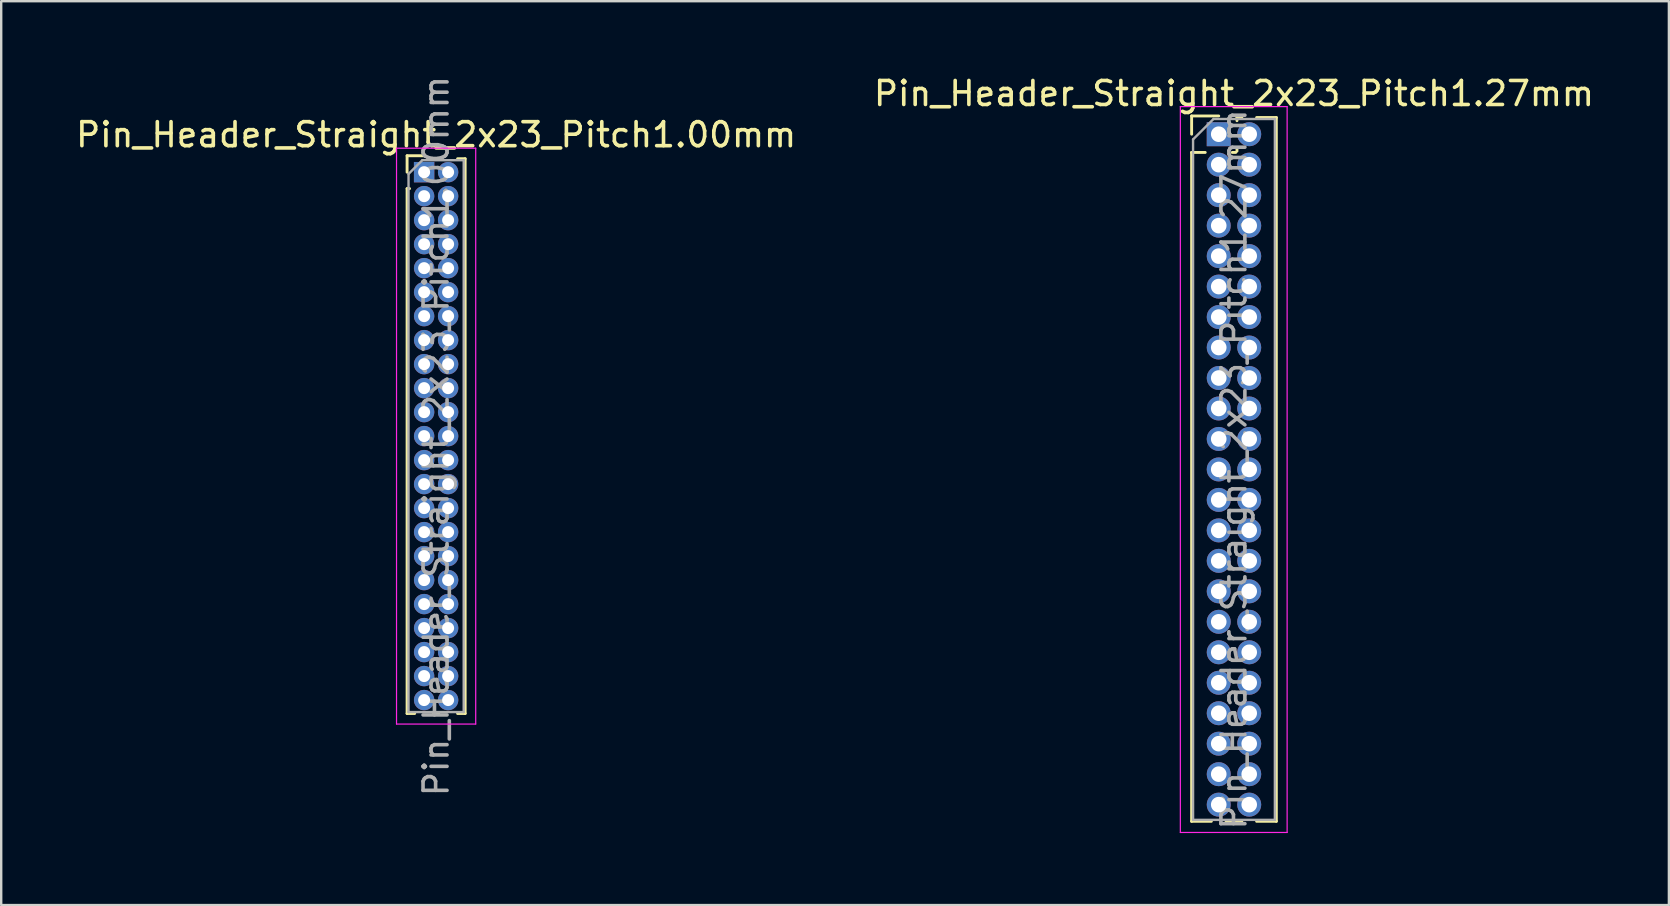
<source format=kicad_pcb>
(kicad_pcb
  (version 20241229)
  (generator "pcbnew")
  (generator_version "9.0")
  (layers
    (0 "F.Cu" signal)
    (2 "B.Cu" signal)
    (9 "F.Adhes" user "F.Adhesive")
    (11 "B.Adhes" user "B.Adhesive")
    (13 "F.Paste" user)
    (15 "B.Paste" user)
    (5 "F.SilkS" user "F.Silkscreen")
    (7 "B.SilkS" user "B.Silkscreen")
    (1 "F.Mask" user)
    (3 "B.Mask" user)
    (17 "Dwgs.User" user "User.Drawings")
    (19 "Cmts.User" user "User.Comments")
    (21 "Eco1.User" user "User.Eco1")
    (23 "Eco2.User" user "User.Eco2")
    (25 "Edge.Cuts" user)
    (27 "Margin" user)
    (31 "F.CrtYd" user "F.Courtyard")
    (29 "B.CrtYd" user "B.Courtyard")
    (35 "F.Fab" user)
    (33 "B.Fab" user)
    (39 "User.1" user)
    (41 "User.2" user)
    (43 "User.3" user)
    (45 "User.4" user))
  (footprint "Pin_Header_Straight_2x23_Pitch1.27mm"
    (layer "F.Cu")
    (at 47.74 2.543)
    (property "Reference" "Pin_Header_Straight_2x23_Pitch1.27mm" (at 0.635 -1.695 0) (layer "F.SilkS") (effects (font (size 1 1) (thickness 0.15))))
    (attr through_hole)
    (fp_line (start -1.13 -0.76) (end 0 -0.76) (stroke (width 0.12) (type solid)) (layer "F.SilkS"))
    (fp_line (start -1.13 0) (end -1.13 -0.76) (stroke (width 0.12) (type solid)) (layer "F.SilkS"))
    (fp_line (start -1.13 0.76) (end -1.13 28.635) (stroke (width 0.12) (type solid)) (layer "F.SilkS"))
    (fp_line (start -1.13 0.76) (end -0.563 0.76) (stroke (width 0.12) (type solid)) (layer "F.SilkS"))
    (fp_line (start -1.13 28.635) (end -0.308 28.635) (stroke (width 0.12) (type solid)) (layer "F.SilkS"))
    (fp_line (start 0.308 28.635) (end 0.962 28.635) (stroke (width 0.12) (type solid)) (layer "F.SilkS"))
    (fp_line (start 0.563 0.76) (end 0.707 0.76) (stroke (width 0.12) (type solid)) (layer "F.SilkS"))
    (fp_line (start 0.76 -0.695) (end 0.962 -0.695) (stroke (width 0.12) (type solid)) (layer "F.SilkS"))
    (fp_line (start 0.76 -0.563) (end 0.76 -0.695) (stroke (width 0.12) (type solid)) (layer "F.SilkS"))
    (fp_line (start 0.76 0.707) (end 0.76 0.563) (stroke (width 0.12) (type solid)) (layer "F.SilkS"))
    (fp_line (start 1.578 -0.695) (end 2.4 -0.695) (stroke (width 0.12) (type solid)) (layer "F.SilkS"))
    (fp_line (start 1.578 28.635) (end 2.4 28.635) (stroke (width 0.12) (type solid)) (layer "F.SilkS"))
    (fp_line (start 2.4 -0.695) (end 2.4 28.635) (stroke (width 0.12) (type solid)) (layer "F.SilkS"))
    (fp_line (start -1.6 -1.15) (end -1.6 29.1) (stroke (width 0.05) (type solid)) (layer "F.CrtYd"))
    (fp_line (start -1.6 29.1) (end 2.85 29.1) (stroke (width 0.05) (type solid)) (layer "F.CrtYd"))
    (fp_line (start 2.85 -1.15) (end -1.6 -1.15) (stroke (width 0.05) (type solid)) (layer "F.CrtYd"))
    (fp_line (start 2.85 29.1) (end 2.85 -1.15) (stroke (width 0.05) (type solid)) (layer "F.CrtYd"))
    (fp_line (start -1.07 0.217) (end -0.217 -0.635) (stroke (width 0.1) (type solid)) (layer "F.Fab"))
    (fp_line (start -1.07 28.575) (end -1.07 0.217) (stroke (width 0.1) (type solid)) (layer "F.Fab"))
    (fp_line (start -0.217 -0.635) (end 2.34 -0.635) (stroke (width 0.1) (type solid)) (layer "F.Fab"))
    (fp_line (start 2.34 -0.635) (end 2.34 28.575) (stroke (width 0.1) (type solid)) (layer "F.Fab"))
    (fp_line (start 2.34 28.575) (end -1.07 28.575) (stroke (width 0.1) (type solid)) (layer "F.Fab"))
    (fp_text user "${REFERENCE}" (at 0.635 13.97 90) (layer "F.Fab") (effects (font (size 1 1) (thickness 0.15))))
    (pad "1" thru_hole rect (at 0 0) (size 1 1) (drill 0.65) (layers "*.Cu" "*.Mask"))
    (pad "2" thru_hole oval (at 1.27 0) (size 1 1) (drill 0.65) (layers "*.Cu" "*.Mask"))
    (pad "3" thru_hole oval (at 0 1.27) (size 1 1) (drill 0.65) (layers "*.Cu" "*.Mask"))
    (pad "4" thru_hole oval (at 1.27 1.27) (size 1 1) (drill 0.65) (layers "*.Cu" "*.Mask"))
    (pad "5" thru_hole oval (at 0 2.54) (size 1 1) (drill 0.65) (layers "*.Cu" "*.Mask"))
    (pad "6" thru_hole oval (at 1.27 2.54) (size 1 1) (drill 0.65) (layers "*.Cu" "*.Mask"))
    (pad "7" thru_hole oval (at 0 3.81) (size 1 1) (drill 0.65) (layers "*.Cu" "*.Mask"))
    (pad "8" thru_hole oval (at 1.27 3.81) (size 1 1) (drill 0.65) (layers "*.Cu" "*.Mask"))
    (pad "9" thru_hole oval (at 0 5.08) (size 1 1) (drill 0.65) (layers "*.Cu" "*.Mask"))
    (pad "10" thru_hole oval (at 1.27 5.08) (size 1 1) (drill 0.65) (layers "*.Cu" "*.Mask"))
    (pad "11" thru_hole oval (at 0 6.35) (size 1 1) (drill 0.65) (layers "*.Cu" "*.Mask"))
    (pad "12" thru_hole oval (at 1.27 6.35) (size 1 1) (drill 0.65) (layers "*.Cu" "*.Mask"))
    (pad "13" thru_hole oval (at 0 7.62) (size 1 1) (drill 0.65) (layers "*.Cu" "*.Mask"))
    (pad "14" thru_hole oval (at 1.27 7.62) (size 1 1) (drill 0.65) (layers "*.Cu" "*.Mask"))
    (pad "15" thru_hole oval (at 0 8.89) (size 1 1) (drill 0.65) (layers "*.Cu" "*.Mask"))
    (pad "16" thru_hole oval (at 1.27 8.89) (size 1 1) (drill 0.65) (layers "*.Cu" "*.Mask"))
    (pad "17" thru_hole oval (at 0 10.16) (size 1 1) (drill 0.65) (layers "*.Cu" "*.Mask"))
    (pad "18" thru_hole oval (at 1.27 10.16) (size 1 1) (drill 0.65) (layers "*.Cu" "*.Mask"))
    (pad "19" thru_hole oval (at 0 11.43) (size 1 1) (drill 0.65) (layers "*.Cu" "*.Mask"))
    (pad "20" thru_hole oval (at 1.27 11.43) (size 1 1) (drill 0.65) (layers "*.Cu" "*.Mask"))
    (pad "21" thru_hole oval (at 0 12.7) (size 1 1) (drill 0.65) (layers "*.Cu" "*.Mask"))
    (pad "22" thru_hole oval (at 1.27 12.7) (size 1 1) (drill 0.65) (layers "*.Cu" "*.Mask"))
    (pad "23" thru_hole oval (at 0 13.97) (size 1 1) (drill 0.65) (layers "*.Cu" "*.Mask"))
    (pad "24" thru_hole oval (at 1.27 13.97) (size 1 1) (drill 0.65) (layers "*.Cu" "*.Mask"))
    (pad "25" thru_hole oval (at 0 15.24) (size 1 1) (drill 0.65) (layers "*.Cu" "*.Mask"))
    (pad "26" thru_hole oval (at 1.27 15.24) (size 1 1) (drill 0.65) (layers "*.Cu" "*.Mask"))
    (pad "27" thru_hole oval (at 0 16.51) (size 1 1) (drill 0.65) (layers "*.Cu" "*.Mask"))
    (pad "28" thru_hole oval (at 1.27 16.51) (size 1 1) (drill 0.65) (layers "*.Cu" "*.Mask"))
    (pad "29" thru_hole oval (at 0 17.78) (size 1 1) (drill 0.65) (layers "*.Cu" "*.Mask"))
    (pad "30" thru_hole oval (at 1.27 17.78) (size 1 1) (drill 0.65) (layers "*.Cu" "*.Mask"))
    (pad "31" thru_hole oval (at 0 19.05) (size 1 1) (drill 0.65) (layers "*.Cu" "*.Mask"))
    (pad "32" thru_hole oval (at 1.27 19.05) (size 1 1) (drill 0.65) (layers "*.Cu" "*.Mask"))
    (pad "33" thru_hole oval (at 0 20.32) (size 1 1) (drill 0.65) (layers "*.Cu" "*.Mask"))
    (pad "34" thru_hole oval (at 1.27 20.32) (size 1 1) (drill 0.65) (layers "*.Cu" "*.Mask"))
    (pad "35" thru_hole oval (at 0 21.59) (size 1 1) (drill 0.65) (layers "*.Cu" "*.Mask"))
    (pad "36" thru_hole oval (at 1.27 21.59) (size 1 1) (drill 0.65) (layers "*.Cu" "*.Mask"))
    (pad "37" thru_hole oval (at 0 22.86) (size 1 1) (drill 0.65) (layers "*.Cu" "*.Mask"))
    (pad "38" thru_hole oval (at 1.27 22.86) (size 1 1) (drill 0.65) (layers "*.Cu" "*.Mask"))
    (pad "39" thru_hole oval (at 0 24.13) (size 1 1) (drill 0.65) (layers "*.Cu" "*.Mask"))
    (pad "40" thru_hole oval (at 1.27 24.13) (size 1 1) (drill 0.65) (layers "*.Cu" "*.Mask"))
    (pad "41" thru_hole oval (at 0 25.4) (size 1 1) (drill 0.65) (layers "*.Cu" "*.Mask"))
    (pad "42" thru_hole oval (at 1.27 25.4) (size 1 1) (drill 0.65) (layers "*.Cu" "*.Mask"))
    (pad "43" thru_hole oval (at 0 26.67) (size 1 1) (drill 0.65) (layers "*.Cu" "*.Mask"))
    (pad "44" thru_hole oval (at 1.27 26.67) (size 1 1) (drill 0.65) (layers "*.Cu" "*.Mask"))
    (pad "45" thru_hole oval (at 0 27.94) (size 1 1) (drill 0.65) (layers "*.Cu" "*.Mask"))
    (pad "46" thru_hole oval (at 1.27 27.94) (size 1 1) (drill 0.65) (layers "*.Cu" "*.Mask")))
  (footprint "Pin_Header_Straight_2x23_Pitch1.00mm"
    (layer "F.Cu")
    (at 14.625 4.125)
    (property "Reference" "Pin_Header_Straight_2x23_Pitch1.00mm" (at 0.5 -1.56 0) (layer "F.SilkS") (effects (font (size 1 1) (thickness 0.15))))
    (attr through_hole)
    (fp_line (start -0.71 -0.685) (end 0 -0.685) (stroke (width 0.12) (type solid)) (layer "F.SilkS"))
    (fp_line (start -0.71 0) (end -0.71 -0.685) (stroke (width 0.12) (type solid)) (layer "F.SilkS"))
    (fp_line (start -0.71 0.685) (end -0.71 22.56) (stroke (width 0.12) (type solid)) (layer "F.SilkS"))
    (fp_line (start -0.71 0.685) (end -0.608 0.685) (stroke (width 0.12) (type solid)) (layer "F.SilkS"))
    (fp_line (start -0.71 22.56) (end -0.394 22.56) (stroke (width 0.12) (type solid)) (layer "F.SilkS"))
    (fp_line (start 0.394 22.56) (end 0.606 22.56) (stroke (width 0.12) (type solid)) (layer "F.SilkS"))
    (fp_line (start 1.394 -0.56) (end 1.71 -0.56) (stroke (width 0.12) (type solid)) (layer "F.SilkS"))
    (fp_line (start 1.394 22.56) (end 1.71 22.56) (stroke (width 0.12) (type solid)) (layer "F.SilkS"))
    (fp_line (start 1.71 -0.56) (end 1.71 22.56) (stroke (width 0.12) (type solid)) (layer "F.SilkS"))
    (fp_line (start -1.15 -1) (end -1.15 23) (stroke (width 0.05) (type solid)) (layer "F.CrtYd"))
    (fp_line (start -1.15 23) (end 2.15 23) (stroke (width 0.05) (type solid)) (layer "F.CrtYd"))
    (fp_line (start 2.15 -1) (end -1.15 -1) (stroke (width 0.05) (type solid)) (layer "F.CrtYd"))
    (fp_line (start 2.15 23) (end 2.15 -1) (stroke (width 0.05) (type solid)) (layer "F.CrtYd"))
    (fp_line (start -0.65 0.075) (end -0.075 -0.5) (stroke (width 0.1) (type solid)) (layer "F.Fab"))
    (fp_line (start -0.65 22.5) (end -0.65 0.075) (stroke (width 0.1) (type solid)) (layer "F.Fab"))
    (fp_line (start -0.075 -0.5) (end 1.65 -0.5) (stroke (width 0.1) (type solid)) (layer "F.Fab"))
    (fp_line (start 1.65 -0.5) (end 1.65 22.5) (stroke (width 0.1) (type solid)) (layer "F.Fab"))
    (fp_line (start 1.65 22.5) (end -0.65 22.5) (stroke (width 0.1) (type solid)) (layer "F.Fab"))
    (fp_text user "${REFERENCE}" (at 0.5 11 90) (layer "F.Fab") (effects (font (size 1 1) (thickness 0.15))))
    (pad "1" thru_hole rect (at 0 0) (size 0.85 0.85) (drill 0.5) (layers "*.Cu" "*.Mask"))
    (pad "2" thru_hole oval (at 1 0) (size 0.85 0.85) (drill 0.5) (layers "*.Cu" "*.Mask"))
    (pad "3" thru_hole oval (at 0 1) (size 0.85 0.85) (drill 0.5) (layers "*.Cu" "*.Mask"))
    (pad "4" thru_hole oval (at 1 1) (size 0.85 0.85) (drill 0.5) (layers "*.Cu" "*.Mask"))
    (pad "5" thru_hole oval (at 0 2) (size 0.85 0.85) (drill 0.5) (layers "*.Cu" "*.Mask"))
    (pad "6" thru_hole oval (at 1 2) (size 0.85 0.85) (drill 0.5) (layers "*.Cu" "*.Mask"))
    (pad "7" thru_hole oval (at 0 3) (size 0.85 0.85) (drill 0.5) (layers "*.Cu" "*.Mask"))
    (pad "8" thru_hole oval (at 1 3) (size 0.85 0.85) (drill 0.5) (layers "*.Cu" "*.Mask"))
    (pad "9" thru_hole oval (at 0 4) (size 0.85 0.85) (drill 0.5) (layers "*.Cu" "*.Mask"))
    (pad "10" thru_hole oval (at 1 4) (size 0.85 0.85) (drill 0.5) (layers "*.Cu" "*.Mask"))
    (pad "11" thru_hole oval (at 0 5) (size 0.85 0.85) (drill 0.5) (layers "*.Cu" "*.Mask"))
    (pad "12" thru_hole oval (at 1 5) (size 0.85 0.85) (drill 0.5) (layers "*.Cu" "*.Mask"))
    (pad "13" thru_hole oval (at 0 6) (size 0.85 0.85) (drill 0.5) (layers "*.Cu" "*.Mask"))
    (pad "14" thru_hole oval (at 1 6) (size 0.85 0.85) (drill 0.5) (layers "*.Cu" "*.Mask"))
    (pad "15" thru_hole oval (at 0 7) (size 0.85 0.85) (drill 0.5) (layers "*.Cu" "*.Mask"))
    (pad "16" thru_hole oval (at 1 7) (size 0.85 0.85) (drill 0.5) (layers "*.Cu" "*.Mask"))
    (pad "17" thru_hole oval (at 0 8) (size 0.85 0.85) (drill 0.5) (layers "*.Cu" "*.Mask"))
    (pad "18" thru_hole oval (at 1 8) (size 0.85 0.85) (drill 0.5) (layers "*.Cu" "*.Mask"))
    (pad "19" thru_hole oval (at 0 9) (size 0.85 0.85) (drill 0.5) (layers "*.Cu" "*.Mask"))
    (pad "20" thru_hole oval (at 1 9) (size 0.85 0.85) (drill 0.5) (layers "*.Cu" "*.Mask"))
    (pad "21" thru_hole oval (at 0 10) (size 0.85 0.85) (drill 0.5) (layers "*.Cu" "*.Mask"))
    (pad "22" thru_hole oval (at 1 10) (size 0.85 0.85) (drill 0.5) (layers "*.Cu" "*.Mask"))
    (pad "23" thru_hole oval (at 0 11) (size 0.85 0.85) (drill 0.5) (layers "*.Cu" "*.Mask"))
    (pad "24" thru_hole oval (at 1 11) (size 0.85 0.85) (drill 0.5) (layers "*.Cu" "*.Mask"))
    (pad "25" thru_hole oval (at 0 12) (size 0.85 0.85) (drill 0.5) (layers "*.Cu" "*.Mask"))
    (pad "26" thru_hole oval (at 1 12) (size 0.85 0.85) (drill 0.5) (layers "*.Cu" "*.Mask"))
    (pad "27" thru_hole oval (at 0 13) (size 0.85 0.85) (drill 0.5) (layers "*.Cu" "*.Mask"))
    (pad "28" thru_hole oval (at 1 13) (size 0.85 0.85) (drill 0.5) (layers "*.Cu" "*.Mask"))
    (pad "29" thru_hole oval (at 0 14) (size 0.85 0.85) (drill 0.5) (layers "*.Cu" "*.Mask"))
    (pad "30" thru_hole oval (at 1 14) (size 0.85 0.85) (drill 0.5) (layers "*.Cu" "*.Mask"))
    (pad "31" thru_hole oval (at 0 15) (size 0.85 0.85) (drill 0.5) (layers "*.Cu" "*.Mask"))
    (pad "32" thru_hole oval (at 1 15) (size 0.85 0.85) (drill 0.5) (layers "*.Cu" "*.Mask"))
    (pad "33" thru_hole oval (at 0 16) (size 0.85 0.85) (drill 0.5) (layers "*.Cu" "*.Mask"))
    (pad "34" thru_hole oval (at 1 16) (size 0.85 0.85) (drill 0.5) (layers "*.Cu" "*.Mask"))
    (pad "35" thru_hole oval (at 0 17) (size 0.85 0.85) (drill 0.5) (layers "*.Cu" "*.Mask"))
    (pad "36" thru_hole oval (at 1 17) (size 0.85 0.85) (drill 0.5) (layers "*.Cu" "*.Mask"))
    (pad "37" thru_hole oval (at 0 18) (size 0.85 0.85) (drill 0.5) (layers "*.Cu" "*.Mask"))
    (pad "38" thru_hole oval (at 1 18) (size 0.85 0.85) (drill 0.5) (layers "*.Cu" "*.Mask"))
    (pad "39" thru_hole oval (at 0 19) (size 0.85 0.85) (drill 0.5) (layers "*.Cu" "*.Mask"))
    (pad "40" thru_hole oval (at 1 19) (size 0.85 0.85) (drill 0.5) (layers "*.Cu" "*.Mask"))
    (pad "41" thru_hole oval (at 0 20) (size 0.85 0.85) (drill 0.5) (layers "*.Cu" "*.Mask"))
    (pad "42" thru_hole oval (at 1 20) (size 0.85 0.85) (drill 0.5) (layers "*.Cu" "*.Mask"))
    (pad "43" thru_hole oval (at 0 21) (size 0.85 0.85) (drill 0.5) (layers "*.Cu" "*.Mask"))
    (pad "44" thru_hole oval (at 1 21) (size 0.85 0.85) (drill 0.5) (layers "*.Cu" "*.Mask"))
    (pad "45" thru_hole oval (at 0 22) (size 0.85 0.85) (drill 0.5) (layers "*.Cu" "*.Mask"))
    (pad "46" thru_hole oval (at 1 22) (size 0.85 0.85) (drill 0.5) (layers "*.Cu" "*.Mask")))
  (gr_rect
    (start -3 -3)
    (end 66.5 34.668)
    (stroke (width 0.1) (type default))
    (fill no)
    (layer "Edge.Cuts")))
</source>
